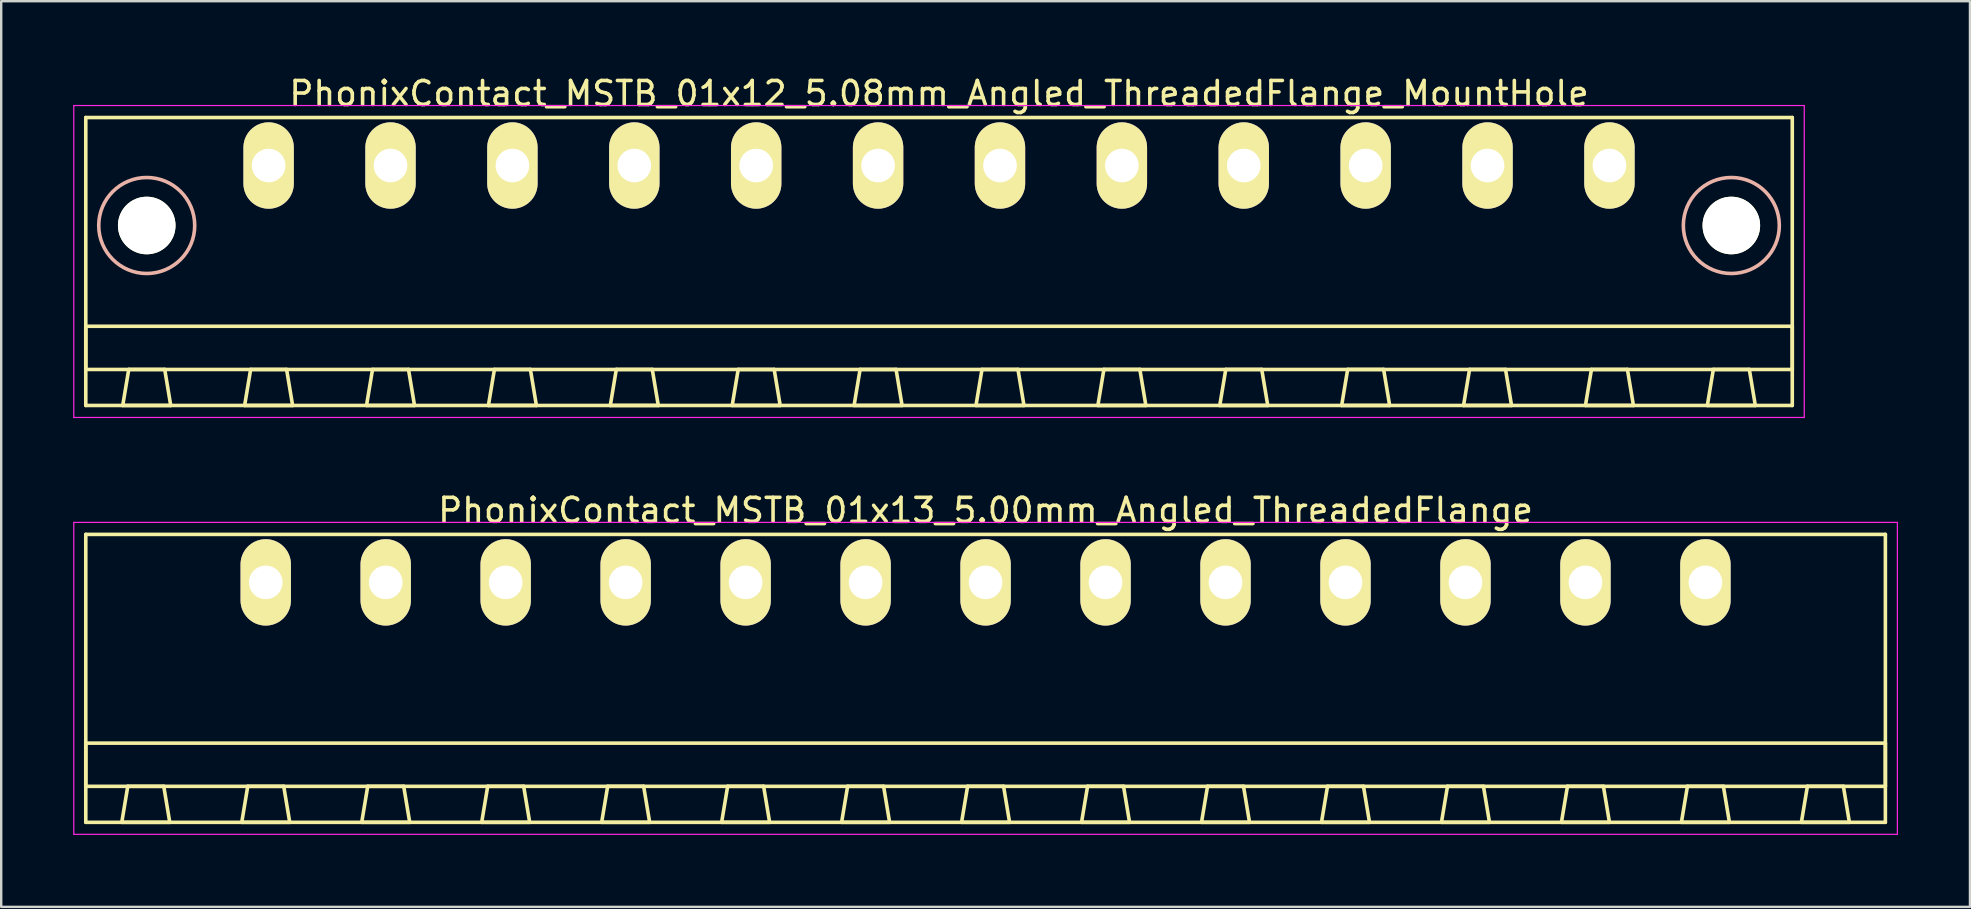
<source format=kicad_pcb>
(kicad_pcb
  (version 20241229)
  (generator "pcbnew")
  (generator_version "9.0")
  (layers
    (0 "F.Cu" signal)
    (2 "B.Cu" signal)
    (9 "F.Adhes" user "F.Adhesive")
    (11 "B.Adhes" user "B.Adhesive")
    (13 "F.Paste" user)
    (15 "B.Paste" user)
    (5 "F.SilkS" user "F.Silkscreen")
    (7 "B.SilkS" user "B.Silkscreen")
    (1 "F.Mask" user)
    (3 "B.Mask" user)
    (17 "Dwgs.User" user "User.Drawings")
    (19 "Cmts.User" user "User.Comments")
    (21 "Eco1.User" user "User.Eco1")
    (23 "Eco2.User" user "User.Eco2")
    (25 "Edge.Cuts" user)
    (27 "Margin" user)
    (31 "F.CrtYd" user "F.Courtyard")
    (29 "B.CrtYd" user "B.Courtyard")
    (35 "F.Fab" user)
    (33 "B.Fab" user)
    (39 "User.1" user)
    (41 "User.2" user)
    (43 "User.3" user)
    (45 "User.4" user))
  (footprint "PhonixContact_MSTB_01x12_5.08mm_Angled_ThreadedFlange_MountHole"
    (layer "F.Cu")
    (at 8.145 3.848)
    (property "Reference" "PhonixContact_MSTB_01x12_5.08mm_Angled_ThreadedFlange_MountHole" (at 27.94 -3 0) (layer "F.SilkS") (effects (font (size 1 1) (thickness 0.15))))
    (attr through_hole)
    (fp_line (start -7.62 -2) (end -7.62 10) (stroke (width 0.15) (type solid)) (layer "F.SilkS"))
    (fp_line (start -7.62 6.7) (end 63.5 6.7) (stroke (width 0.15) (type solid)) (layer "F.SilkS"))
    (fp_line (start -7.62 8.5) (end -7.62 6.7) (stroke (width 0.15) (type solid)) (layer "F.SilkS"))
    (fp_line (start -7.62 10) (end 63.5 10) (stroke (width 0.15) (type solid)) (layer "F.SilkS"))
    (fp_line (start -6.08 10) (end -4.08 10) (stroke (width 0.15) (type solid)) (layer "F.SilkS"))
    (fp_line (start -5.83 8.5) (end -6.08 10) (stroke (width 0.15) (type solid)) (layer "F.SilkS"))
    (fp_line (start -4.33 8.5) (end -5.83 8.5) (stroke (width 0.15) (type solid)) (layer "F.SilkS"))
    (fp_line (start -4.08 10) (end -4.33 8.5) (stroke (width 0.15) (type solid)) (layer "F.SilkS"))
    (fp_line (start -1 10) (end 1 10) (stroke (width 0.15) (type solid)) (layer "F.SilkS"))
    (fp_line (start -0.75 8.5) (end -1 10) (stroke (width 0.15) (type solid)) (layer "F.SilkS"))
    (fp_line (start 0.75 8.5) (end -0.75 8.5) (stroke (width 0.15) (type solid)) (layer "F.SilkS"))
    (fp_line (start 1 10) (end 0.75 8.5) (stroke (width 0.15) (type solid)) (layer "F.SilkS"))
    (fp_line (start 4.08 10) (end 6.08 10) (stroke (width 0.15) (type solid)) (layer "F.SilkS"))
    (fp_line (start 4.33 8.5) (end 4.08 10) (stroke (width 0.15) (type solid)) (layer "F.SilkS"))
    (fp_line (start 5.83 8.5) (end 4.33 8.5) (stroke (width 0.15) (type solid)) (layer "F.SilkS"))
    (fp_line (start 6.08 10) (end 5.83 8.5) (stroke (width 0.15) (type solid)) (layer "F.SilkS"))
    (fp_line (start 9.16 10) (end 11.16 10) (stroke (width 0.15) (type solid)) (layer "F.SilkS"))
    (fp_line (start 9.41 8.5) (end 9.16 10) (stroke (width 0.15) (type solid)) (layer "F.SilkS"))
    (fp_line (start 10.91 8.5) (end 9.41 8.5) (stroke (width 0.15) (type solid)) (layer "F.SilkS"))
    (fp_line (start 11.16 10) (end 10.91 8.5) (stroke (width 0.15) (type solid)) (layer "F.SilkS"))
    (fp_line (start 14.24 10) (end 16.24 10) (stroke (width 0.15) (type solid)) (layer "F.SilkS"))
    (fp_line (start 14.49 8.5) (end 14.24 10) (stroke (width 0.15) (type solid)) (layer "F.SilkS"))
    (fp_line (start 15.99 8.5) (end 14.49 8.5) (stroke (width 0.15) (type solid)) (layer "F.SilkS"))
    (fp_line (start 16.24 10) (end 15.99 8.5) (stroke (width 0.15) (type solid)) (layer "F.SilkS"))
    (fp_line (start 19.32 10) (end 21.32 10) (stroke (width 0.15) (type solid)) (layer "F.SilkS"))
    (fp_line (start 19.57 8.5) (end 19.32 10) (stroke (width 0.15) (type solid)) (layer "F.SilkS"))
    (fp_line (start 21.07 8.5) (end 19.57 8.5) (stroke (width 0.15) (type solid)) (layer "F.SilkS"))
    (fp_line (start 21.32 10) (end 21.07 8.5) (stroke (width 0.15) (type solid)) (layer "F.SilkS"))
    (fp_line (start 24.4 10) (end 26.4 10) (stroke (width 0.15) (type solid)) (layer "F.SilkS"))
    (fp_line (start 24.65 8.5) (end 24.4 10) (stroke (width 0.15) (type solid)) (layer "F.SilkS"))
    (fp_line (start 26.15 8.5) (end 24.65 8.5) (stroke (width 0.15) (type solid)) (layer "F.SilkS"))
    (fp_line (start 26.4 10) (end 26.15 8.5) (stroke (width 0.15) (type solid)) (layer "F.SilkS"))
    (fp_line (start 29.48 10) (end 31.48 10) (stroke (width 0.15) (type solid)) (layer "F.SilkS"))
    (fp_line (start 29.73 8.5) (end 29.48 10) (stroke (width 0.15) (type solid)) (layer "F.SilkS"))
    (fp_line (start 31.23 8.5) (end 29.73 8.5) (stroke (width 0.15) (type solid)) (layer "F.SilkS"))
    (fp_line (start 31.48 10) (end 31.23 8.5) (stroke (width 0.15) (type solid)) (layer "F.SilkS"))
    (fp_line (start 34.56 10) (end 36.56 10) (stroke (width 0.15) (type solid)) (layer "F.SilkS"))
    (fp_line (start 34.81 8.5) (end 34.56 10) (stroke (width 0.15) (type solid)) (layer "F.SilkS"))
    (fp_line (start 36.31 8.5) (end 34.81 8.5) (stroke (width 0.15) (type solid)) (layer "F.SilkS"))
    (fp_line (start 36.56 10) (end 36.31 8.5) (stroke (width 0.15) (type solid)) (layer "F.SilkS"))
    (fp_line (start 39.64 10) (end 41.64 10) (stroke (width 0.15) (type solid)) (layer "F.SilkS"))
    (fp_line (start 39.89 8.5) (end 39.64 10) (stroke (width 0.15) (type solid)) (layer "F.SilkS"))
    (fp_line (start 41.39 8.5) (end 39.89 8.5) (stroke (width 0.15) (type solid)) (layer "F.SilkS"))
    (fp_line (start 41.64 10) (end 41.39 8.5) (stroke (width 0.15) (type solid)) (layer "F.SilkS"))
    (fp_line (start 44.72 10) (end 46.72 10) (stroke (width 0.15) (type solid)) (layer "F.SilkS"))
    (fp_line (start 44.97 8.5) (end 44.72 10) (stroke (width 0.15) (type solid)) (layer "F.SilkS"))
    (fp_line (start 46.47 8.5) (end 44.97 8.5) (stroke (width 0.15) (type solid)) (layer "F.SilkS"))
    (fp_line (start 46.72 10) (end 46.47 8.5) (stroke (width 0.15) (type solid)) (layer "F.SilkS"))
    (fp_line (start 49.8 10) (end 51.8 10) (stroke (width 0.15) (type solid)) (layer "F.SilkS"))
    (fp_line (start 50.05 8.5) (end 49.8 10) (stroke (width 0.15) (type solid)) (layer "F.SilkS"))
    (fp_line (start 51.55 8.5) (end 50.05 8.5) (stroke (width 0.15) (type solid)) (layer "F.SilkS"))
    (fp_line (start 51.8 10) (end 51.55 8.5) (stroke (width 0.15) (type solid)) (layer "F.SilkS"))
    (fp_line (start 54.88 10) (end 56.88 10) (stroke (width 0.15) (type solid)) (layer "F.SilkS"))
    (fp_line (start 55.13 8.5) (end 54.88 10) (stroke (width 0.15) (type solid)) (layer "F.SilkS"))
    (fp_line (start 56.63 8.5) (end 55.13 8.5) (stroke (width 0.15) (type solid)) (layer "F.SilkS"))
    (fp_line (start 56.88 10) (end 56.63 8.5) (stroke (width 0.15) (type solid)) (layer "F.SilkS"))
    (fp_line (start 59.96 10) (end 61.96 10) (stroke (width 0.15) (type solid)) (layer "F.SilkS"))
    (fp_line (start 60.21 8.5) (end 59.96 10) (stroke (width 0.15) (type solid)) (layer "F.SilkS"))
    (fp_line (start 61.71 8.5) (end 60.21 8.5) (stroke (width 0.15) (type solid)) (layer "F.SilkS"))
    (fp_line (start 61.96 10) (end 61.71 8.5) (stroke (width 0.15) (type solid)) (layer "F.SilkS"))
    (fp_line (start 63.5 -2) (end -7.62 -2) (stroke (width 0.15) (type solid)) (layer "F.SilkS"))
    (fp_line (start 63.5 6.7) (end 63.5 8.5) (stroke (width 0.15) (type solid)) (layer "F.SilkS"))
    (fp_line (start 63.5 8.5) (end -7.62 8.5) (stroke (width 0.15) (type solid)) (layer "F.SilkS"))
    (fp_line (start 63.5 10) (end 63.5 -2) (stroke (width 0.15) (type solid)) (layer "F.SilkS"))
    (fp_circle (center -5.08 2.5) (end -3.08 2.5) (stroke (width 0.15) (type solid)) (fill no) (layer "B.SilkS"))
    (fp_circle (center 60.96 2.5) (end 62.96 2.5) (stroke (width 0.15) (type solid)) (fill no) (layer "B.SilkS"))
    (fp_line (start -8.12 -2.5) (end -8.12 10.5) (stroke (width 0.05) (type solid)) (layer "F.CrtYd"))
    (fp_line (start -8.12 10.5) (end 64 10.5) (stroke (width 0.05) (type solid)) (layer "F.CrtYd"))
    (fp_line (start 64 -2.5) (end -8.12 -2.5) (stroke (width 0.05) (type solid)) (layer "F.CrtYd"))
    (fp_line (start 64 10.5) (end 64 -2.5) (stroke (width 0.05) (type solid)) (layer "F.CrtYd"))
    (pad "" np_thru_hole circle (at -5.08 2.5) (size 2.4 2.4) (drill 2.4) (layers "*.Cu" "*.Mask" "F.SilkS"))
    (pad "" np_thru_hole circle (at 60.96 2.5) (size 2.4 2.4) (drill 2.4) (layers "*.Cu" "*.Mask" "F.SilkS"))
    (pad "1" thru_hole oval (at 0 0) (size 2.1 3.6) (drill 1.4) (layers "*.Cu" "*.Mask" "F.SilkS"))
    (pad "2" thru_hole oval (at 5.08 0) (size 2.1 3.6) (drill 1.4) (layers "*.Cu" "*.Mask" "F.SilkS"))
    (pad "3" thru_hole oval (at 10.16 0) (size 2.1 3.6) (drill 1.4) (layers "*.Cu" "*.Mask" "F.SilkS"))
    (pad "4" thru_hole oval (at 15.24 0) (size 2.1 3.6) (drill 1.4) (layers "*.Cu" "*.Mask" "F.SilkS"))
    (pad "5" thru_hole oval (at 20.32 0) (size 2.1 3.6) (drill 1.4) (layers "*.Cu" "*.Mask" "F.SilkS"))
    (pad "6" thru_hole oval (at 25.4 0) (size 2.1 3.6) (drill 1.4) (layers "*.Cu" "*.Mask" "F.SilkS"))
    (pad "7" thru_hole oval (at 30.48 0) (size 2.1 3.6) (drill 1.4) (layers "*.Cu" "*.Mask" "F.SilkS"))
    (pad "8" thru_hole oval (at 35.56 0) (size 2.1 3.6) (drill 1.4) (layers "*.Cu" "*.Mask" "F.SilkS"))
    (pad "9" thru_hole oval (at 40.64 0) (size 2.1 3.6) (drill 1.4) (layers "*.Cu" "*.Mask" "F.SilkS"))
    (pad "10" thru_hole oval (at 45.72 0) (size 2.1 3.6) (drill 1.4) (layers "*.Cu" "*.Mask" "F.SilkS"))
    (pad "11" thru_hole oval (at 50.8 0) (size 2.1 3.6) (drill 1.4) (layers "*.Cu" "*.Mask" "F.SilkS"))
    (pad "12" thru_hole oval (at 55.88 0) (size 2.1 3.6) (drill 1.4) (layers "*.Cu" "*.Mask" "F.SilkS")))
  (footprint "PhonixContact_MSTB_01x13_5.00mm_Angled_ThreadedFlange"
    (layer "F.Cu")
    (at 8.025 21.221)
    (property "Reference" "PhonixContact_MSTB_01x13_5.00mm_Angled_ThreadedFlange" (at 30 -3 0) (layer "F.SilkS") (effects (font (size 1 1) (thickness 0.15))))
    (attr through_hole)
    (fp_line (start -7.5 -2) (end -7.5 10) (stroke (width 0.15) (type solid)) (layer "F.SilkS"))
    (fp_line (start -7.5 6.7) (end 67.5 6.7) (stroke (width 0.15) (type solid)) (layer "F.SilkS"))
    (fp_line (start -7.5 8.5) (end -7.5 6.7) (stroke (width 0.15) (type solid)) (layer "F.SilkS"))
    (fp_line (start -7.5 10) (end 67.5 10) (stroke (width 0.15) (type solid)) (layer "F.SilkS"))
    (fp_line (start -6 10) (end -4 10) (stroke (width 0.15) (type solid)) (layer "F.SilkS"))
    (fp_line (start -5.75 8.5) (end -6 10) (stroke (width 0.15) (type solid)) (layer "F.SilkS"))
    (fp_line (start -4.25 8.5) (end -5.75 8.5) (stroke (width 0.15) (type solid)) (layer "F.SilkS"))
    (fp_line (start -4 10) (end -4.25 8.5) (stroke (width 0.15) (type solid)) (layer "F.SilkS"))
    (fp_line (start -1 10) (end 1 10) (stroke (width 0.15) (type solid)) (layer "F.SilkS"))
    (fp_line (start -0.75 8.5) (end -1 10) (stroke (width 0.15) (type solid)) (layer "F.SilkS"))
    (fp_line (start 0.75 8.5) (end -0.75 8.5) (stroke (width 0.15) (type solid)) (layer "F.SilkS"))
    (fp_line (start 1 10) (end 0.75 8.5) (stroke (width 0.15) (type solid)) (layer "F.SilkS"))
    (fp_line (start 4 10) (end 6 10) (stroke (width 0.15) (type solid)) (layer "F.SilkS"))
    (fp_line (start 4.25 8.5) (end 4 10) (stroke (width 0.15) (type solid)) (layer "F.SilkS"))
    (fp_line (start 5.75 8.5) (end 4.25 8.5) (stroke (width 0.15) (type solid)) (layer "F.SilkS"))
    (fp_line (start 6 10) (end 5.75 8.5) (stroke (width 0.15) (type solid)) (layer "F.SilkS"))
    (fp_line (start 9 10) (end 11 10) (stroke (width 0.15) (type solid)) (layer "F.SilkS"))
    (fp_line (start 9.25 8.5) (end 9 10) (stroke (width 0.15) (type solid)) (layer "F.SilkS"))
    (fp_line (start 10.75 8.5) (end 9.25 8.5) (stroke (width 0.15) (type solid)) (layer "F.SilkS"))
    (fp_line (start 11 10) (end 10.75 8.5) (stroke (width 0.15) (type solid)) (layer "F.SilkS"))
    (fp_line (start 14 10) (end 16 10) (stroke (width 0.15) (type solid)) (layer "F.SilkS"))
    (fp_line (start 14.25 8.5) (end 14 10) (stroke (width 0.15) (type solid)) (layer "F.SilkS"))
    (fp_line (start 15.75 8.5) (end 14.25 8.5) (stroke (width 0.15) (type solid)) (layer "F.SilkS"))
    (fp_line (start 16 10) (end 15.75 8.5) (stroke (width 0.15) (type solid)) (layer "F.SilkS"))
    (fp_line (start 19 10) (end 21 10) (stroke (width 0.15) (type solid)) (layer "F.SilkS"))
    (fp_line (start 19.25 8.5) (end 19 10) (stroke (width 0.15) (type solid)) (layer "F.SilkS"))
    (fp_line (start 20.75 8.5) (end 19.25 8.5) (stroke (width 0.15) (type solid)) (layer "F.SilkS"))
    (fp_line (start 21 10) (end 20.75 8.5) (stroke (width 0.15) (type solid)) (layer "F.SilkS"))
    (fp_line (start 24 10) (end 26 10) (stroke (width 0.15) (type solid)) (layer "F.SilkS"))
    (fp_line (start 24.25 8.5) (end 24 10) (stroke (width 0.15) (type solid)) (layer "F.SilkS"))
    (fp_line (start 25.75 8.5) (end 24.25 8.5) (stroke (width 0.15) (type solid)) (layer "F.SilkS"))
    (fp_line (start 26 10) (end 25.75 8.5) (stroke (width 0.15) (type solid)) (layer "F.SilkS"))
    (fp_line (start 29 10) (end 31 10) (stroke (width 0.15) (type solid)) (layer "F.SilkS"))
    (fp_line (start 29.25 8.5) (end 29 10) (stroke (width 0.15) (type solid)) (layer "F.SilkS"))
    (fp_line (start 30.75 8.5) (end 29.25 8.5) (stroke (width 0.15) (type solid)) (layer "F.SilkS"))
    (fp_line (start 31 10) (end 30.75 8.5) (stroke (width 0.15) (type solid)) (layer "F.SilkS"))
    (fp_line (start 34 10) (end 36 10) (stroke (width 0.15) (type solid)) (layer "F.SilkS"))
    (fp_line (start 34.25 8.5) (end 34 10) (stroke (width 0.15) (type solid)) (layer "F.SilkS"))
    (fp_line (start 35.75 8.5) (end 34.25 8.5) (stroke (width 0.15) (type solid)) (layer "F.SilkS"))
    (fp_line (start 36 10) (end 35.75 8.5) (stroke (width 0.15) (type solid)) (layer "F.SilkS"))
    (fp_line (start 39 10) (end 41 10) (stroke (width 0.15) (type solid)) (layer "F.SilkS"))
    (fp_line (start 39.25 8.5) (end 39 10) (stroke (width 0.15) (type solid)) (layer "F.SilkS"))
    (fp_line (start 40.75 8.5) (end 39.25 8.5) (stroke (width 0.15) (type solid)) (layer "F.SilkS"))
    (fp_line (start 41 10) (end 40.75 8.5) (stroke (width 0.15) (type solid)) (layer "F.SilkS"))
    (fp_line (start 44 10) (end 46 10) (stroke (width 0.15) (type solid)) (layer "F.SilkS"))
    (fp_line (start 44.25 8.5) (end 44 10) (stroke (width 0.15) (type solid)) (layer "F.SilkS"))
    (fp_line (start 45.75 8.5) (end 44.25 8.5) (stroke (width 0.15) (type solid)) (layer "F.SilkS"))
    (fp_line (start 46 10) (end 45.75 8.5) (stroke (width 0.15) (type solid)) (layer "F.SilkS"))
    (fp_line (start 49 10) (end 51 10) (stroke (width 0.15) (type solid)) (layer "F.SilkS"))
    (fp_line (start 49.25 8.5) (end 49 10) (stroke (width 0.15) (type solid)) (layer "F.SilkS"))
    (fp_line (start 50.75 8.5) (end 49.25 8.5) (stroke (width 0.15) (type solid)) (layer "F.SilkS"))
    (fp_line (start 51 10) (end 50.75 8.5) (stroke (width 0.15) (type solid)) (layer "F.SilkS"))
    (fp_line (start 54 10) (end 56 10) (stroke (width 0.15) (type solid)) (layer "F.SilkS"))
    (fp_line (start 54.25 8.5) (end 54 10) (stroke (width 0.15) (type solid)) (layer "F.SilkS"))
    (fp_line (start 55.75 8.5) (end 54.25 8.5) (stroke (width 0.15) (type solid)) (layer "F.SilkS"))
    (fp_line (start 56 10) (end 55.75 8.5) (stroke (width 0.15) (type solid)) (layer "F.SilkS"))
    (fp_line (start 59 10) (end 61 10) (stroke (width 0.15) (type solid)) (layer "F.SilkS"))
    (fp_line (start 59.25 8.5) (end 59 10) (stroke (width 0.15) (type solid)) (layer "F.SilkS"))
    (fp_line (start 60.75 8.5) (end 59.25 8.5) (stroke (width 0.15) (type solid)) (layer "F.SilkS"))
    (fp_line (start 61 10) (end 60.75 8.5) (stroke (width 0.15) (type solid)) (layer "F.SilkS"))
    (fp_line (start 64 10) (end 66 10) (stroke (width 0.15) (type solid)) (layer "F.SilkS"))
    (fp_line (start 64.25 8.5) (end 64 10) (stroke (width 0.15) (type solid)) (layer "F.SilkS"))
    (fp_line (start 65.75 8.5) (end 64.25 8.5) (stroke (width 0.15) (type solid)) (layer "F.SilkS"))
    (fp_line (start 66 10) (end 65.75 8.5) (stroke (width 0.15) (type solid)) (layer "F.SilkS"))
    (fp_line (start 67.5 -2) (end -7.5 -2) (stroke (width 0.15) (type solid)) (layer "F.SilkS"))
    (fp_line (start 67.5 6.7) (end 67.5 8.5) (stroke (width 0.15) (type solid)) (layer "F.SilkS"))
    (fp_line (start 67.5 8.5) (end -7.5 8.5) (stroke (width 0.15) (type solid)) (layer "F.SilkS"))
    (fp_line (start 67.5 10) (end 67.5 -2) (stroke (width 0.15) (type solid)) (layer "F.SilkS"))
    (fp_line (start -8 -2.5) (end -8 10.5) (stroke (width 0.05) (type solid)) (layer "F.CrtYd"))
    (fp_line (start -8 10.5) (end 68 10.5) (stroke (width 0.05) (type solid)) (layer "F.CrtYd"))
    (fp_line (start 68 -2.5) (end -8 -2.5) (stroke (width 0.05) (type solid)) (layer "F.CrtYd"))
    (fp_line (start 68 10.5) (end 68 -2.5) (stroke (width 0.05) (type solid)) (layer "F.CrtYd"))
    (pad "1" thru_hole oval (at 0 0) (size 2.1 3.6) (drill 1.4) (layers "*.Cu" "*.Mask" "F.SilkS"))
    (pad "2" thru_hole oval (at 5 0) (size 2.1 3.6) (drill 1.4) (layers "*.Cu" "*.Mask" "F.SilkS"))
    (pad "3" thru_hole oval (at 10 0) (size 2.1 3.6) (drill 1.4) (layers "*.Cu" "*.Mask" "F.SilkS"))
    (pad "4" thru_hole oval (at 15 0) (size 2.1 3.6) (drill 1.4) (layers "*.Cu" "*.Mask" "F.SilkS"))
    (pad "5" thru_hole oval (at 20 0) (size 2.1 3.6) (drill 1.4) (layers "*.Cu" "*.Mask" "F.SilkS"))
    (pad "6" thru_hole oval (at 25 0) (size 2.1 3.6) (drill 1.4) (layers "*.Cu" "*.Mask" "F.SilkS"))
    (pad "7" thru_hole oval (at 30 0) (size 2.1 3.6) (drill 1.4) (layers "*.Cu" "*.Mask" "F.SilkS"))
    (pad "8" thru_hole oval (at 35 0) (size 2.1 3.6) (drill 1.4) (layers "*.Cu" "*.Mask" "F.SilkS"))
    (pad "9" thru_hole oval (at 40 0) (size 2.1 3.6) (drill 1.4) (layers "*.Cu" "*.Mask" "F.SilkS"))
    (pad "10" thru_hole oval (at 45 0) (size 2.1 3.6) (drill 1.4) (layers "*.Cu" "*.Mask" "F.SilkS"))
    (pad "11" thru_hole oval (at 50 0) (size 2.1 3.6) (drill 1.4) (layers "*.Cu" "*.Mask" "F.SilkS"))
    (pad "12" thru_hole oval (at 55 0) (size 2.1 3.6) (drill 1.4) (layers "*.Cu" "*.Mask" "F.SilkS"))
    (pad "13" thru_hole oval (at 60 0) (size 2.1 3.6) (drill 1.4) (layers "*.Cu" "*.Mask" "F.SilkS")))
  (gr_rect
    (start -3 -3)
    (end 79.05 34.746)
    (stroke (width 0.1) (type default))
    (fill no)
    (layer "Edge.Cuts")))
</source>
